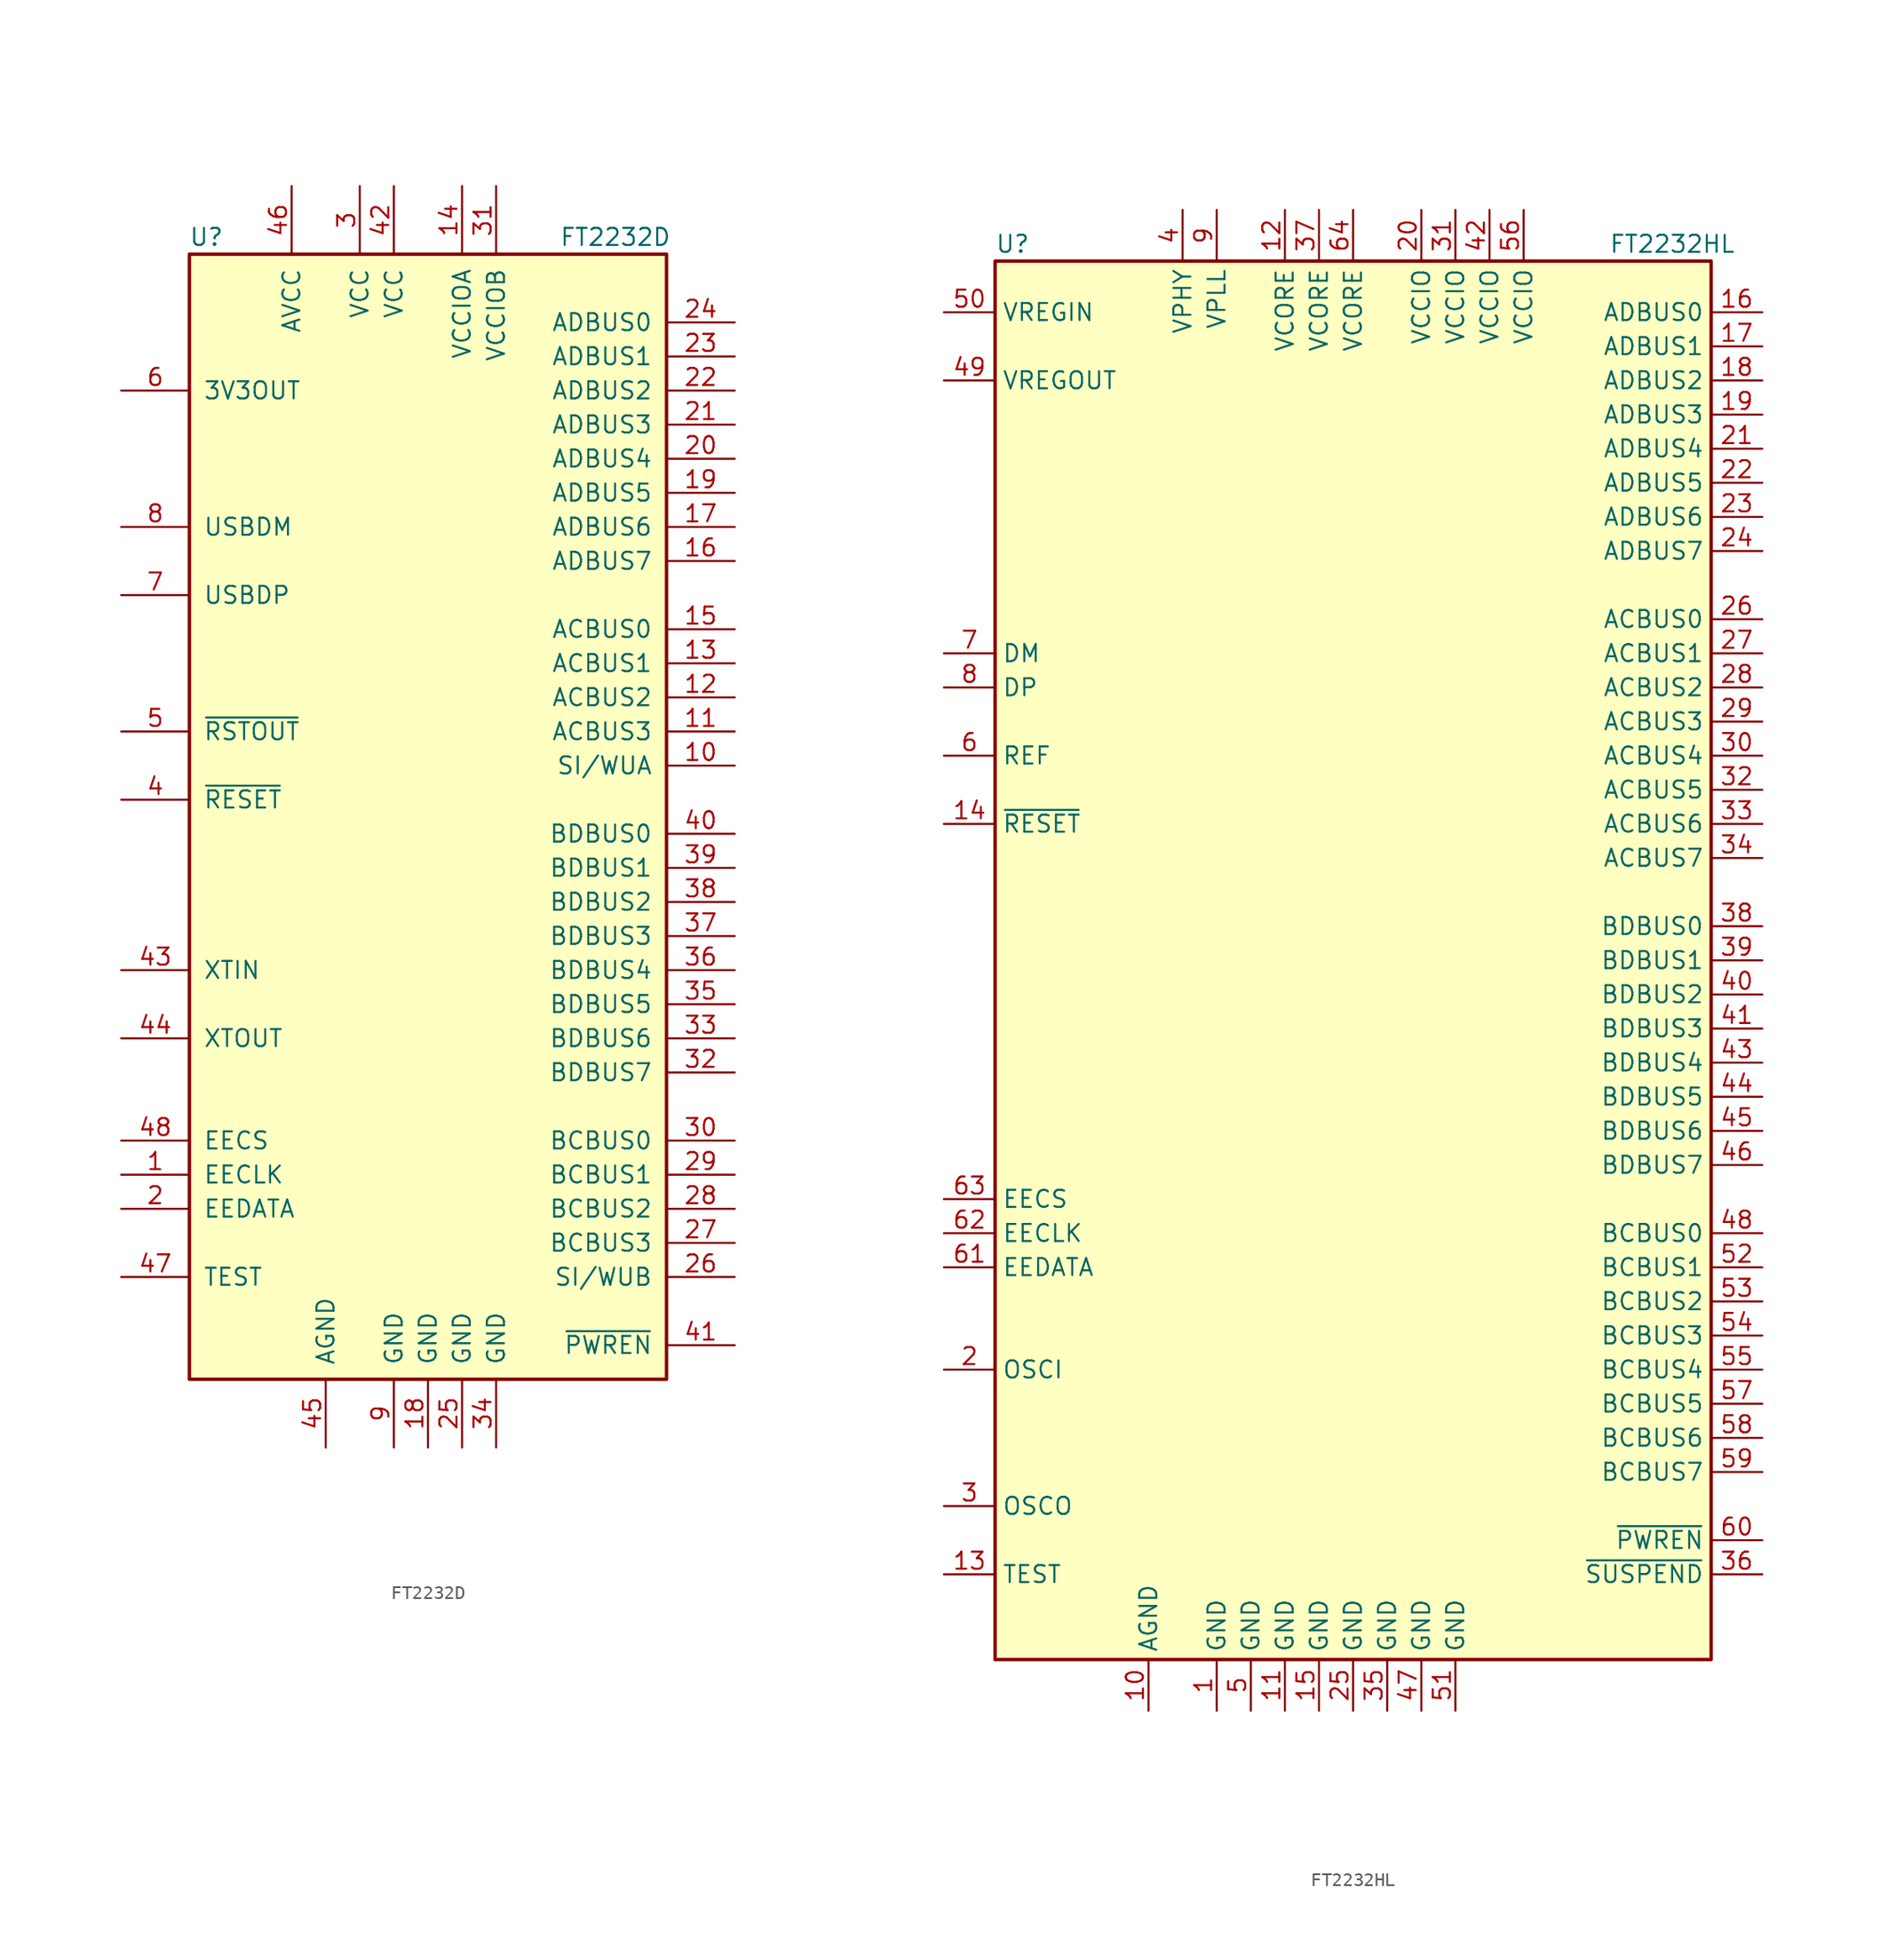
<source format=kicad_sym>
(kicad_symbol_lib
  (version 20220914)
  (generator kicad_symbol_editor)
  (symbol "FT2232D"
    (pin_names
      (offset 1.016))
    (property "Reference" "U"
      (at -16.51 44.45 0)
      (effects (font (size 1.27 1.27))))
    (property "Value" "FT2232D"
      (at 13.97 44.45 0)
      (effects (font (size 1.27 1.27))))
    (symbol "FT2232D_0_1"
      (rectangle (start -17.78 -40.64) (end 17.78 43.18) (stroke (width 0.254) (type default)) (fill (type background))))
    (symbol "FT2232D_1_1"
      (pin output line (at -22.86 -25.4 0) (length 5.08) (name "EECLK" (effects (font (size 1.27 1.27)))) (number "1" (effects (font (size 1.27 1.27)))))
      (pin bidirectional line (at 22.86 5.08 180) (length 5.08) (name "SI/WUA" (effects (font (size 1.27 1.27)))) (number "10" (effects (font (size 1.27 1.27)))))
      (pin bidirectional line (at 22.86 7.62 180) (length 5.08) (name "ACBUS3" (effects (font (size 1.27 1.27)))) (number "11" (effects (font (size 1.27 1.27)))))
      (pin bidirectional line (at 22.86 10.16 180) (length 5.08) (name "ACBUS2" (effects (font (size 1.27 1.27)))) (number "12" (effects (font (size 1.27 1.27)))))
      (pin bidirectional line (at 22.86 12.7 180) (length 5.08) (name "ACBUS1" (effects (font (size 1.27 1.27)))) (number "13" (effects (font (size 1.27 1.27)))))
      (pin power_in line (at 2.54 48.26 270) (length 5.08) (name "VCCIOA" (effects (font (size 1.27 1.27)))) (number "14" (effects (font (size 1.27 1.27)))))
      (pin bidirectional line (at 22.86 15.24 180) (length 5.08) (name "ACBUS0" (effects (font (size 1.27 1.27)))) (number "15" (effects (font (size 1.27 1.27)))))
      (pin bidirectional line (at 22.86 20.32 180) (length 5.08) (name "ADBUS7" (effects (font (size 1.27 1.27)))) (number "16" (effects (font (size 1.27 1.27)))))
      (pin bidirectional line (at 22.86 22.86 180) (length 5.08) (name "ADBUS6" (effects (font (size 1.27 1.27)))) (number "17" (effects (font (size 1.27 1.27)))))
      (pin power_in line (at 0 -45.72 90) (length 5.08) (name "GND" (effects (font (size 1.27 1.27)))) (number "18" (effects (font (size 1.27 1.27)))))
      (pin bidirectional line (at 22.86 25.4 180) (length 5.08) (name "ADBUS5" (effects (font (size 1.27 1.27)))) (number "19" (effects (font (size 1.27 1.27)))))
      (pin bidirectional line (at -22.86 -27.94 0) (length 5.08) (name "EEDATA" (effects (font (size 1.27 1.27)))) (number "2" (effects (font (size 1.27 1.27)))))
      (pin bidirectional line (at 22.86 27.94 180) (length 5.08) (name "ADBUS4" (effects (font (size 1.27 1.27)))) (number "20" (effects (font (size 1.27 1.27)))))
      (pin bidirectional line (at 22.86 30.48 180) (length 5.08) (name "ADBUS3" (effects (font (size 1.27 1.27)))) (number "21" (effects (font (size 1.27 1.27)))))
      (pin bidirectional line (at 22.86 33.02 180) (length 5.08) (name "ADBUS2" (effects (font (size 1.27 1.27)))) (number "22" (effects (font (size 1.27 1.27)))))
      (pin bidirectional line (at 22.86 35.56 180) (length 5.08) (name "ADBUS1" (effects (font (size 1.27 1.27)))) (number "23" (effects (font (size 1.27 1.27)))))
      (pin bidirectional line (at 22.86 38.1 180) (length 5.08) (name "ADBUS0" (effects (font (size 1.27 1.27)))) (number "24" (effects (font (size 1.27 1.27)))))
      (pin power_in line (at 2.54 -45.72 90) (length 5.08) (name "GND" (effects (font (size 1.27 1.27)))) (number "25" (effects (font (size 1.27 1.27)))))
      (pin output line (at 22.86 -33.02 180) (length 5.08) (name "SI/WUB" (effects (font (size 1.27 1.27)))) (number "26" (effects (font (size 1.27 1.27)))))
      (pin output line (at 22.86 -30.48 180) (length 5.08) (name "BCBUS3" (effects (font (size 1.27 1.27)))) (number "27" (effects (font (size 1.27 1.27)))))
      (pin output line (at 22.86 -27.94 180) (length 5.08) (name "BCBUS2" (effects (font (size 1.27 1.27)))) (number "28" (effects (font (size 1.27 1.27)))))
      (pin output line (at 22.86 -25.4 180) (length 5.08) (name "BCBUS1" (effects (font (size 1.27 1.27)))) (number "29" (effects (font (size 1.27 1.27)))))
      (pin power_in line (at -5.08 48.26 270) (length 5.08) (name "VCC" (effects (font (size 1.27 1.27)))) (number "3" (effects (font (size 1.27 1.27)))))
      (pin output line (at 22.86 -22.86 180) (length 5.08) (name "BCBUS0" (effects (font (size 1.27 1.27)))) (number "30" (effects (font (size 1.27 1.27)))))
      (pin power_in line (at 5.08 48.26 270) (length 5.08) (name "VCCIOB" (effects (font (size 1.27 1.27)))) (number "31" (effects (font (size 1.27 1.27)))))
      (pin output line (at 22.86 -17.78 180) (length 5.08) (name "BDBUS7" (effects (font (size 1.27 1.27)))) (number "32" (effects (font (size 1.27 1.27)))))
      (pin output line (at 22.86 -15.24 180) (length 5.08) (name "BDBUS6" (effects (font (size 1.27 1.27)))) (number "33" (effects (font (size 1.27 1.27)))))
      (pin power_in line (at 5.08 -45.72 90) (length 5.08) (name "GND" (effects (font (size 1.27 1.27)))) (number "34" (effects (font (size 1.27 1.27)))))
      (pin output line (at 22.86 -12.7 180) (length 5.08) (name "BDBUS5" (effects (font (size 1.27 1.27)))) (number "35" (effects (font (size 1.27 1.27)))))
      (pin output line (at 22.86 -10.16 180) (length 5.08) (name "BDBUS4" (effects (font (size 1.27 1.27)))) (number "36" (effects (font (size 1.27 1.27)))))
      (pin output line (at 22.86 -7.62 180) (length 5.08) (name "BDBUS3" (effects (font (size 1.27 1.27)))) (number "37" (effects (font (size 1.27 1.27)))))
      (pin output line (at 22.86 -5.08 180) (length 5.08) (name "BDBUS2" (effects (font (size 1.27 1.27)))) (number "38" (effects (font (size 1.27 1.27)))))
      (pin output line (at 22.86 -2.54 180) (length 5.08) (name "BDBUS1" (effects (font (size 1.27 1.27)))) (number "39" (effects (font (size 1.27 1.27)))))
      (pin input line (at -22.86 2.54 0) (length 5.08) (name "~{RESET}" (effects (font (size 1.27 1.27)))) (number "4" (effects (font (size 1.27 1.27)))))
      (pin output line (at 22.86 0 180) (length 5.08) (name "BDBUS0" (effects (font (size 1.27 1.27)))) (number "40" (effects (font (size 1.27 1.27)))))
      (pin output line (at 22.86 -38.1 180) (length 5.08) (name "~{PWREN}" (effects (font (size 1.27 1.27)))) (number "41" (effects (font (size 1.27 1.27)))))
      (pin power_in line (at -2.54 48.26 270) (length 5.08) (name "VCC" (effects (font (size 1.27 1.27)))) (number "42" (effects (font (size 1.27 1.27)))))
      (pin input line (at -22.86 -10.16 0) (length 5.08) (name "XTIN" (effects (font (size 1.27 1.27)))) (number "43" (effects (font (size 1.27 1.27)))))
      (pin output line (at -22.86 -15.24 0) (length 5.08) (name "XTOUT" (effects (font (size 1.27 1.27)))) (number "44" (effects (font (size 1.27 1.27)))))
      (pin power_in line (at -7.62 -45.72 90) (length 5.08) (name "AGND" (effects (font (size 1.27 1.27)))) (number "45" (effects (font (size 1.27 1.27)))))
      (pin power_in line (at -10.16 48.26 270) (length 5.08) (name "AVCC" (effects (font (size 1.27 1.27)))) (number "46" (effects (font (size 1.27 1.27)))))
      (pin input line (at -22.86 -33.02 0) (length 5.08) (name "TEST" (effects (font (size 1.27 1.27)))) (number "47" (effects (font (size 1.27 1.27)))))
      (pin bidirectional line (at -22.86 -22.86 0) (length 5.08) (name "EECS" (effects (font (size 1.27 1.27)))) (number "48" (effects (font (size 1.27 1.27)))))
      (pin output line (at -22.86 7.62 0) (length 5.08) (name "~{RSTOUT}" (effects (font (size 1.27 1.27)))) (number "5" (effects (font (size 1.27 1.27)))))
      (pin power_out line (at -22.86 33.02 0) (length 5.08) (name "3V3OUT" (effects (font (size 1.27 1.27)))) (number "6" (effects (font (size 1.27 1.27)))))
      (pin bidirectional line (at -22.86 17.78 0) (length 5.08) (name "USBDP" (effects (font (size 1.27 1.27)))) (number "7" (effects (font (size 1.27 1.27)))))
      (pin bidirectional line (at -22.86 22.86 0) (length 5.08) (name "USBDM" (effects (font (size 1.27 1.27)))) (number "8" (effects (font (size 1.27 1.27)))))
      (pin power_in line (at -2.54 -45.72 90) (length 5.08) (name "GND" (effects (font (size 1.27 1.27)))) (number "9" (effects (font (size 1.27 1.27)))))))
  (symbol "FT2232HL"
    (property "Reference" "U"
      (at -26.67 53.34 0)
      (effects (font (size 1.27 1.27)) (justify left)))
    (property "Value" "FT2232HL"
      (at 19.05 53.34 0)
      (effects (font (size 1.27 1.27)) (justify left)))
    (symbol "FT2232HL_0_1"
      (rectangle (start -26.67 -52.07) (end 26.67 52.07) (stroke (width 0.254) (type default)) (fill (type background))))
    (symbol "FT2232HL_1_1"
      (pin power_in line (at -10.16 -55.88 90) (length 3.81) (name "GND" (effects (font (size 1.27 1.27)))) (number "1" (effects (font (size 1.27 1.27)))))
      (pin power_in line (at -15.24 -55.88 90) (length 3.81) (name "AGND" (effects (font (size 1.27 1.27)))) (number "10" (effects (font (size 1.27 1.27)))))
      (pin power_in line (at -5.08 -55.88 90) (length 3.81) (name "GND" (effects (font (size 1.27 1.27)))) (number "11" (effects (font (size 1.27 1.27)))))
      (pin power_in line (at -5.08 55.88 270) (length 3.81) (name "VCORE" (effects (font (size 1.27 1.27)))) (number "12" (effects (font (size 1.27 1.27)))))
      (pin input line (at -30.48 -45.72 0) (length 3.81) (name "TEST" (effects (font (size 1.27 1.27)))) (number "13" (effects (font (size 1.27 1.27)))))
      (pin input line (at -30.48 10.16 0) (length 3.81) (name "~{RESET}" (effects (font (size 1.27 1.27)))) (number "14" (effects (font (size 1.27 1.27)))))
      (pin power_in line (at -2.54 -55.88 90) (length 3.81) (name "GND" (effects (font (size 1.27 1.27)))) (number "15" (effects (font (size 1.27 1.27)))))
      (pin bidirectional line (at 30.48 48.26 180) (length 3.81) (name "ADBUS0" (effects (font (size 1.27 1.27)))) (number "16" (effects (font (size 1.27 1.27)))))
      (pin bidirectional line (at 30.48 45.72 180) (length 3.81) (name "ADBUS1" (effects (font (size 1.27 1.27)))) (number "17" (effects (font (size 1.27 1.27)))))
      (pin bidirectional line (at 30.48 43.18 180) (length 3.81) (name "ADBUS2" (effects (font (size 1.27 1.27)))) (number "18" (effects (font (size 1.27 1.27)))))
      (pin bidirectional line (at 30.48 40.64 180) (length 3.81) (name "ADBUS3" (effects (font (size 1.27 1.27)))) (number "19" (effects (font (size 1.27 1.27)))))
      (pin input line (at -30.48 -30.48 0) (length 3.81) (name "OSCI" (effects (font (size 1.27 1.27)))) (number "2" (effects (font (size 1.27 1.27)))))
      (pin power_in line (at 5.08 55.88 270) (length 3.81) (name "VCCIO" (effects (font (size 1.27 1.27)))) (number "20" (effects (font (size 1.27 1.27)))))
      (pin bidirectional line (at 30.48 38.1 180) (length 3.81) (name "ADBUS4" (effects (font (size 1.27 1.27)))) (number "21" (effects (font (size 1.27 1.27)))))
      (pin bidirectional line (at 30.48 35.56 180) (length 3.81) (name "ADBUS5" (effects (font (size 1.27 1.27)))) (number "22" (effects (font (size 1.27 1.27)))))
      (pin bidirectional line (at 30.48 33.02 180) (length 3.81) (name "ADBUS6" (effects (font (size 1.27 1.27)))) (number "23" (effects (font (size 1.27 1.27)))))
      (pin bidirectional line (at 30.48 30.48 180) (length 3.81) (name "ADBUS7" (effects (font (size 1.27 1.27)))) (number "24" (effects (font (size 1.27 1.27)))))
      (pin power_in line (at 0 -55.88 90) (length 3.81) (name "GND" (effects (font (size 1.27 1.27)))) (number "25" (effects (font (size 1.27 1.27)))))
      (pin bidirectional line (at 30.48 25.4 180) (length 3.81) (name "ACBUS0" (effects (font (size 1.27 1.27)))) (number "26" (effects (font (size 1.27 1.27)))))
      (pin bidirectional line (at 30.48 22.86 180) (length 3.81) (name "ACBUS1" (effects (font (size 1.27 1.27)))) (number "27" (effects (font (size 1.27 1.27)))))
      (pin bidirectional line (at 30.48 20.32 180) (length 3.81) (name "ACBUS2" (effects (font (size 1.27 1.27)))) (number "28" (effects (font (size 1.27 1.27)))))
      (pin bidirectional line (at 30.48 17.78 180) (length 3.81) (name "ACBUS3" (effects (font (size 1.27 1.27)))) (number "29" (effects (font (size 1.27 1.27)))))
      (pin output line (at -30.48 -40.64 0) (length 3.81) (name "OSCO" (effects (font (size 1.27 1.27)))) (number "3" (effects (font (size 1.27 1.27)))))
      (pin bidirectional line (at 30.48 15.24 180) (length 3.81) (name "ACBUS4" (effects (font (size 1.27 1.27)))) (number "30" (effects (font (size 1.27 1.27)))))
      (pin power_in line (at 7.62 55.88 270) (length 3.81) (name "VCCIO" (effects (font (size 1.27 1.27)))) (number "31" (effects (font (size 1.27 1.27)))))
      (pin bidirectional line (at 30.48 12.7 180) (length 3.81) (name "ACBUS5" (effects (font (size 1.27 1.27)))) (number "32" (effects (font (size 1.27 1.27)))))
      (pin bidirectional line (at 30.48 10.16 180) (length 3.81) (name "ACBUS6" (effects (font (size 1.27 1.27)))) (number "33" (effects (font (size 1.27 1.27)))))
      (pin bidirectional line (at 30.48 7.62 180) (length 3.81) (name "ACBUS7" (effects (font (size 1.27 1.27)))) (number "34" (effects (font (size 1.27 1.27)))))
      (pin power_in line (at 2.54 -55.88 90) (length 3.81) (name "GND" (effects (font (size 1.27 1.27)))) (number "35" (effects (font (size 1.27 1.27)))))
      (pin output line (at 30.48 -45.72 180) (length 3.81) (name "~{SUSPEND}" (effects (font (size 1.27 1.27)))) (number "36" (effects (font (size 1.27 1.27)))))
      (pin power_in line (at -2.54 55.88 270) (length 3.81) (name "VCORE" (effects (font (size 1.27 1.27)))) (number "37" (effects (font (size 1.27 1.27)))))
      (pin bidirectional line (at 30.48 2.54 180) (length 3.81) (name "BDBUS0" (effects (font (size 1.27 1.27)))) (number "38" (effects (font (size 1.27 1.27)))))
      (pin bidirectional line (at 30.48 0 180) (length 3.81) (name "BDBUS1" (effects (font (size 1.27 1.27)))) (number "39" (effects (font (size 1.27 1.27)))))
      (pin power_in line (at -12.7 55.88 270) (length 3.81) (name "VPHY" (effects (font (size 1.27 1.27)))) (number "4" (effects (font (size 1.27 1.27)))))
      (pin bidirectional line (at 30.48 -2.54 180) (length 3.81) (name "BDBUS2" (effects (font (size 1.27 1.27)))) (number "40" (effects (font (size 1.27 1.27)))))
      (pin bidirectional line (at 30.48 -5.08 180) (length 3.81) (name "BDBUS3" (effects (font (size 1.27 1.27)))) (number "41" (effects (font (size 1.27 1.27)))))
      (pin power_in line (at 10.16 55.88 270) (length 3.81) (name "VCCIO" (effects (font (size 1.27 1.27)))) (number "42" (effects (font (size 1.27 1.27)))))
      (pin bidirectional line (at 30.48 -7.62 180) (length 3.81) (name "BDBUS4" (effects (font (size 1.27 1.27)))) (number "43" (effects (font (size 1.27 1.27)))))
      (pin bidirectional line (at 30.48 -10.16 180) (length 3.81) (name "BDBUS5" (effects (font (size 1.27 1.27)))) (number "44" (effects (font (size 1.27 1.27)))))
      (pin bidirectional line (at 30.48 -12.7 180) (length 3.81) (name "BDBUS6" (effects (font (size 1.27 1.27)))) (number "45" (effects (font (size 1.27 1.27)))))
      (pin bidirectional line (at 30.48 -15.24 180) (length 3.81) (name "BDBUS7" (effects (font (size 1.27 1.27)))) (number "46" (effects (font (size 1.27 1.27)))))
      (pin power_in line (at 5.08 -55.88 90) (length 3.81) (name "GND" (effects (font (size 1.27 1.27)))) (number "47" (effects (font (size 1.27 1.27)))))
      (pin bidirectional line (at 30.48 -20.32 180) (length 3.81) (name "BCBUS0" (effects (font (size 1.27 1.27)))) (number "48" (effects (font (size 1.27 1.27)))))
      (pin power_out line (at -30.48 43.18 0) (length 3.81) (name "VREGOUT" (effects (font (size 1.27 1.27)))) (number "49" (effects (font (size 1.27 1.27)))))
      (pin power_in line (at -7.62 -55.88 90) (length 3.81) (name "GND" (effects (font (size 1.27 1.27)))) (number "5" (effects (font (size 1.27 1.27)))))
      (pin power_in line (at -30.48 48.26 0) (length 3.81) (name "VREGIN" (effects (font (size 1.27 1.27)))) (number "50" (effects (font (size 1.27 1.27)))))
      (pin power_in line (at 7.62 -55.88 90) (length 3.81) (name "GND" (effects (font (size 1.27 1.27)))) (number "51" (effects (font (size 1.27 1.27)))))
      (pin bidirectional line (at 30.48 -22.86 180) (length 3.81) (name "BCBUS1" (effects (font (size 1.27 1.27)))) (number "52" (effects (font (size 1.27 1.27)))))
      (pin bidirectional line (at 30.48 -25.4 180) (length 3.81) (name "BCBUS2" (effects (font (size 1.27 1.27)))) (number "53" (effects (font (size 1.27 1.27)))))
      (pin bidirectional line (at 30.48 -27.94 180) (length 3.81) (name "BCBUS3" (effects (font (size 1.27 1.27)))) (number "54" (effects (font (size 1.27 1.27)))))
      (pin bidirectional line (at 30.48 -30.48 180) (length 3.81) (name "BCBUS4" (effects (font (size 1.27 1.27)))) (number "55" (effects (font (size 1.27 1.27)))))
      (pin power_in line (at 12.7 55.88 270) (length 3.81) (name "VCCIO" (effects (font (size 1.27 1.27)))) (number "56" (effects (font (size 1.27 1.27)))))
      (pin bidirectional line (at 30.48 -33.02 180) (length 3.81) (name "BCBUS5" (effects (font (size 1.27 1.27)))) (number "57" (effects (font (size 1.27 1.27)))))
      (pin bidirectional line (at 30.48 -35.56 180) (length 3.81) (name "BCBUS6" (effects (font (size 1.27 1.27)))) (number "58" (effects (font (size 1.27 1.27)))))
      (pin bidirectional line (at 30.48 -38.1 180) (length 3.81) (name "BCBUS7" (effects (font (size 1.27 1.27)))) (number "59" (effects (font (size 1.27 1.27)))))
      (pin output line (at -30.48 15.24 0) (length 3.81) (name "REF" (effects (font (size 1.27 1.27)))) (number "6" (effects (font (size 1.27 1.27)))))
      (pin output line (at 30.48 -43.18 180) (length 3.81) (name "~{PWREN}" (effects (font (size 1.27 1.27)))) (number "60" (effects (font (size 1.27 1.27)))))
      (pin bidirectional line (at -30.48 -22.86 0) (length 3.81) (name "EEDATA" (effects (font (size 1.27 1.27)))) (number "61" (effects (font (size 1.27 1.27)))))
      (pin output line (at -30.48 -20.32 0) (length 3.81) (name "EECLK" (effects (font (size 1.27 1.27)))) (number "62" (effects (font (size 1.27 1.27)))))
      (pin output line (at -30.48 -17.78 0) (length 3.81) (name "EECS" (effects (font (size 1.27 1.27)))) (number "63" (effects (font (size 1.27 1.27)))))
      (pin power_in line (at 0 55.88 270) (length 3.81) (name "VCORE" (effects (font (size 1.27 1.27)))) (number "64" (effects (font (size 1.27 1.27)))))
      (pin bidirectional line (at -30.48 22.86 0) (length 3.81) (name "DM" (effects (font (size 1.27 1.27)))) (number "7" (effects (font (size 1.27 1.27)))))
      (pin bidirectional line (at -30.48 20.32 0) (length 3.81) (name "DP" (effects (font (size 1.27 1.27)))) (number "8" (effects (font (size 1.27 1.27)))))
      (pin input line (at -10.16 55.88 270) (length 3.81) (name "VPLL" (effects (font (size 1.27 1.27)))) (number "9" (effects (font (size 1.27 1.27))))))))
</source>
